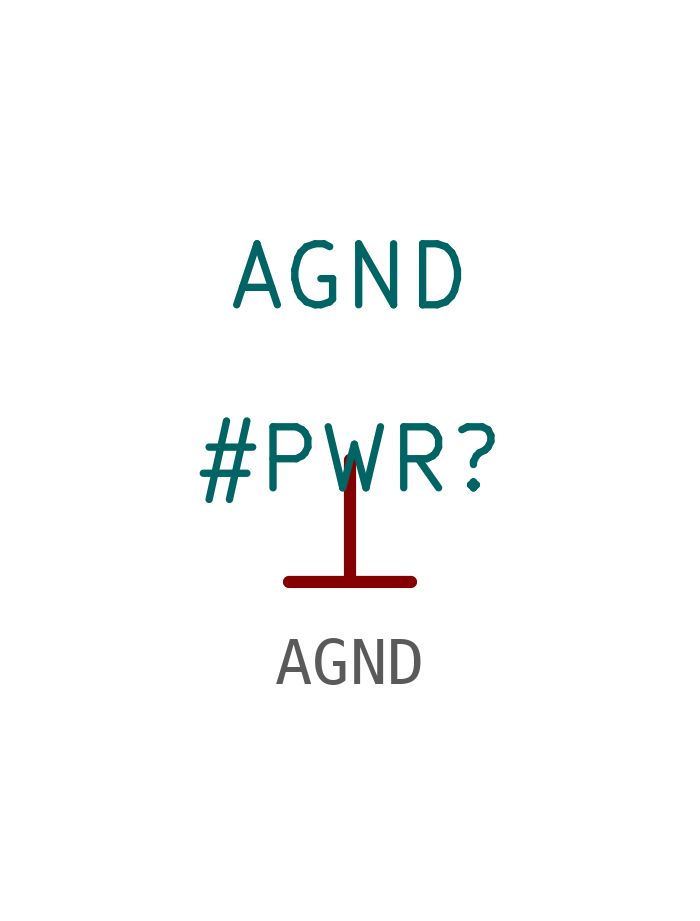
<source format=kicad_sym>
(kicad_symbol_lib
  (version 20220914)
  (generator kicad_symbol_editor)
  (symbol "AGND"
    (power)
    (property "Reference" "#PWR"
      (at 0 0 0)
      (effects (font (size 1.27 1.27))))
    (property "Value" "AGND"
      (at 0 3.81 0)
      (effects (font (size 1.27 1.27))))
    (symbol "AGND_0_0"
      (polyline (pts (xy -1.27 -2.54) (xy 1.27 -2.54)) (stroke (width 0.254) (type solid)) (fill (type none)))
      (polyline (pts (xy 0 0) (xy 0 -2.54)) (stroke (width 0.254) (type solid)) (fill (type none)))
      (pin power_in line (at 0 0 0) (length 0) hide (name "AGND" (effects (font (size 1.27 1.27)))) (number "" (effects (font (size 1.27 1.27))))))))
</source>
